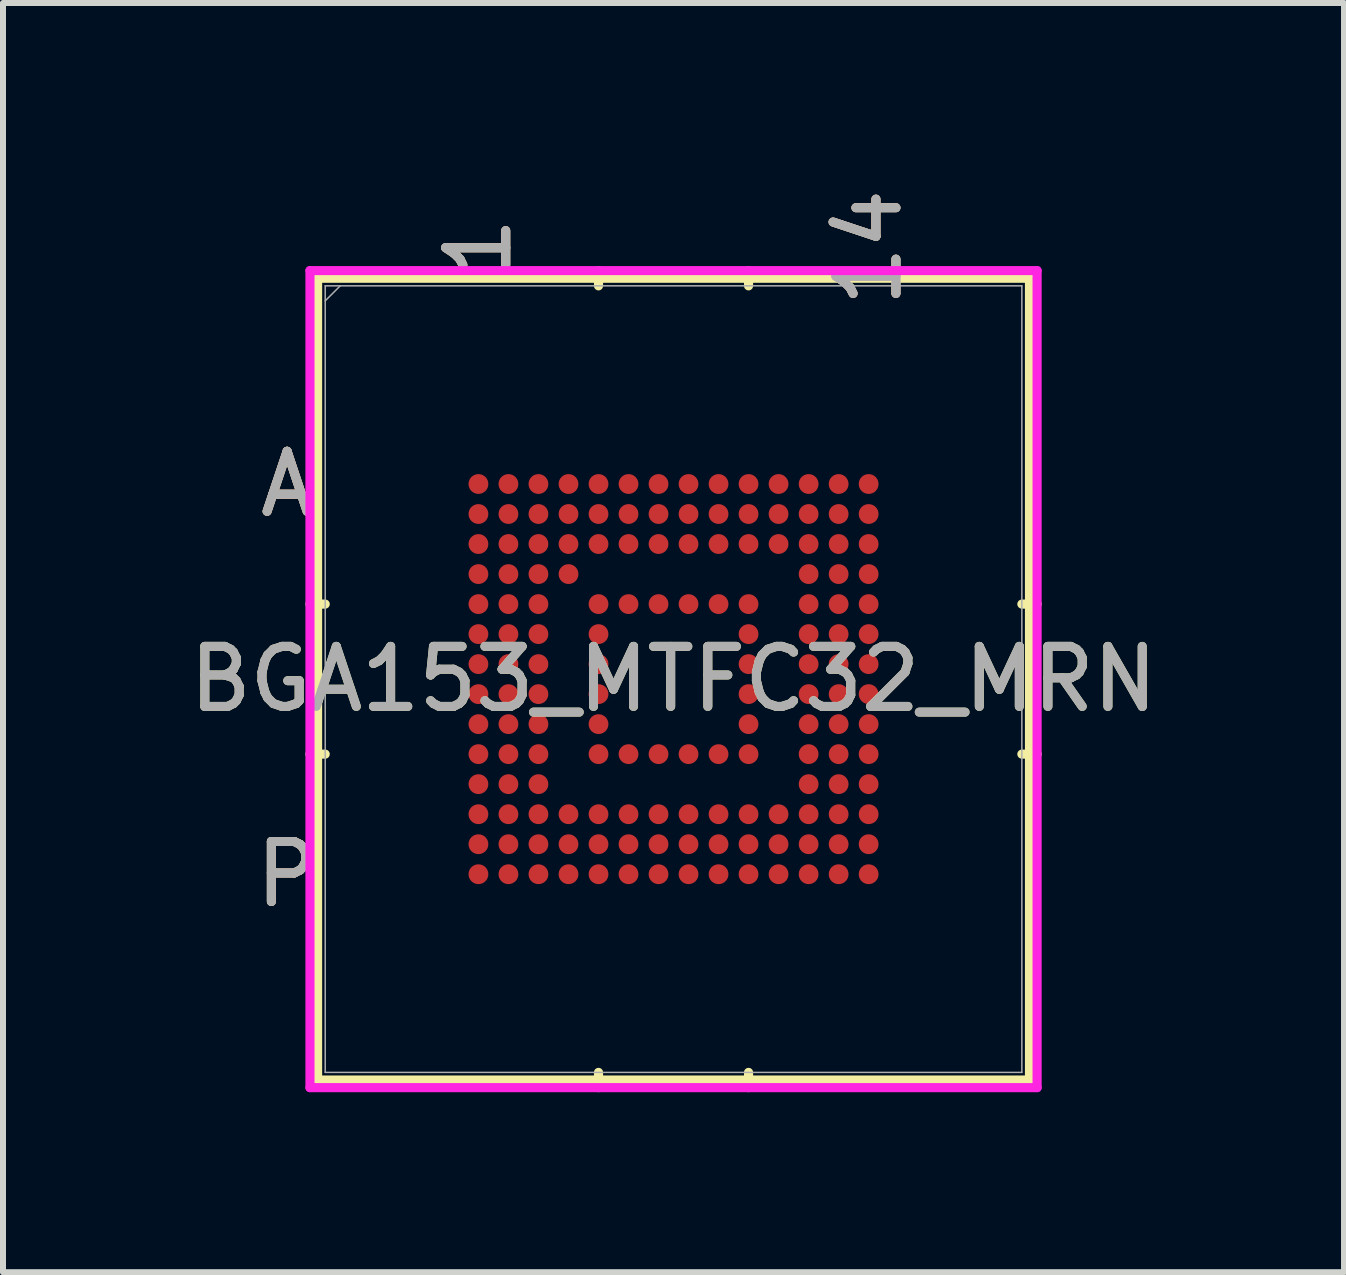
<source format=kicad_pcb>
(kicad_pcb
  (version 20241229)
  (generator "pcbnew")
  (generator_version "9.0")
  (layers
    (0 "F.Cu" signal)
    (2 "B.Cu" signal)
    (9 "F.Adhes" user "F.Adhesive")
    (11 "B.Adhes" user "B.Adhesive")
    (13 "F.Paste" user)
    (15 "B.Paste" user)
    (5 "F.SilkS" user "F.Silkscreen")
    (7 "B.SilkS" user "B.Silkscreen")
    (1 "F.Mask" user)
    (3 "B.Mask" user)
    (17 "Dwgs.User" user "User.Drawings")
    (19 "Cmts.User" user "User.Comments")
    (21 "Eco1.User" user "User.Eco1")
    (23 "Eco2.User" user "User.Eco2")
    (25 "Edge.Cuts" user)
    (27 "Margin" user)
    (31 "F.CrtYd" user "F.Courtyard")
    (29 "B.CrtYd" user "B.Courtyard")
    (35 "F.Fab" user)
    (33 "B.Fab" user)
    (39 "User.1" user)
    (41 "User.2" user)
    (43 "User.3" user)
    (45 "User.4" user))
  (footprint "BGA153_MTFC32_MRN"
    (layer "F.Cu")
    (at 8.173 8.266)
    (property "Reference" "BGA153_MTFC32_MRN" (at 0 0 0) (unlocked yes) (layer "F.SilkS") (effects (font (size 1 1) (thickness 0.15))))
    (attr smd)
    (fp_line (start -5.931 -6.68) (end -5.931 6.68) (stroke (width 0.152) (type solid)) (layer "F.SilkS"))
    (fp_line (start -5.931 6.68) (end 5.931 6.68) (stroke (width 0.152) (type solid)) (layer "F.SilkS"))
    (fp_line (start -5.804 -1.25) (end -6.058 -1.25) (stroke (width 0.152) (type solid)) (layer "F.SilkS"))
    (fp_line (start -5.804 1.25) (end -6.058 1.25) (stroke (width 0.152) (type solid)) (layer "F.SilkS"))
    (fp_line (start -1.25 -6.553) (end -1.25 -6.807) (stroke (width 0.152) (type solid)) (layer "F.SilkS"))
    (fp_line (start -1.25 6.553) (end -1.25 6.807) (stroke (width 0.152) (type solid)) (layer "F.SilkS"))
    (fp_line (start 1.25 -6.553) (end 1.25 -6.807) (stroke (width 0.152) (type solid)) (layer "F.SilkS"))
    (fp_line (start 1.25 6.553) (end 1.25 6.807) (stroke (width 0.152) (type solid)) (layer "F.SilkS"))
    (fp_line (start 5.804 -1.25) (end 6.058 -1.25) (stroke (width 0.152) (type solid)) (layer "F.SilkS"))
    (fp_line (start 5.804 1.25) (end 6.058 1.25) (stroke (width 0.152) (type solid)) (layer "F.SilkS"))
    (fp_line (start 5.931 -6.68) (end -5.931 -6.68) (stroke (width 0.152) (type solid)) (layer "F.SilkS"))
    (fp_line (start 5.931 6.68) (end 5.931 -6.68) (stroke (width 0.152) (type solid)) (layer "F.SilkS"))
    (fp_poly (pts (xy -3.945 -3.945) (xy 3.945 -3.945) (xy 3.945 3.945) (xy -3.945 3.945)) (stroke (width 0.1) (type solid)) (fill no) (layer "Eco2.User"))
    (fp_line (start -6.058 -6.807) (end 6.058 -6.807) (stroke (width 0.152) (type solid)) (layer "F.CrtYd"))
    (fp_line (start -6.058 6.807) (end -6.058 -6.807) (stroke (width 0.152) (type solid)) (layer "F.CrtYd"))
    (fp_line (start 6.058 -6.807) (end 6.058 6.807) (stroke (width 0.152) (type solid)) (layer "F.CrtYd"))
    (fp_line (start 6.058 6.807) (end -6.058 6.807) (stroke (width 0.152) (type solid)) (layer "F.CrtYd"))
    (fp_line (start -5.804 -6.553) (end -5.804 6.553) (stroke (width 0.025) (type solid)) (layer "F.Fab"))
    (fp_line (start -5.804 6.553) (end 5.804 6.553) (stroke (width 0.025) (type solid)) (layer "F.Fab"))
    (fp_line (start -5.554 -6.553) (end -5.804 -6.303) (stroke (width 0.025) (type solid)) (layer "F.Fab"))
    (fp_line (start 5.804 -6.553) (end -5.804 -6.553) (stroke (width 0.025) (type solid)) (layer "F.Fab"))
    (fp_line (start 5.804 6.553) (end 5.804 -6.553) (stroke (width 0.025) (type solid)) (layer "F.Fab"))
    (fp_text user "P" (at -6.439 3.251 0) (unlocked yes) (layer "F.SilkS") (effects (font (size 1 1) (thickness 0.15))))
    (fp_text user "1" (at -3.251 -7.188 90) (unlocked yes) (layer "F.SilkS") (effects (font (size 1 1) (thickness 0.15))))
    (fp_text user "A" (at -6.439 -3.251 0) (unlocked yes) (layer "F.SilkS") (effects (font (size 1 1) (thickness 0.15))))
    (fp_text user "14" (at 3.251 -7.188 90) (unlocked yes) (layer "F.SilkS") (effects (font (size 1 1) (thickness 0.15))))
    (fp_text user "1" (at -3.251 -7.188 90) (unlocked yes) (layer "B.SilkS") (effects (font (size 1 1) (thickness 0.15))))
    (fp_text user "P" (at -6.439 3.251 0) (unlocked yes) (layer "B.SilkS") (effects (font (size 1 1) (thickness 0.15))))
    (fp_text user "14" (at 3.251 -7.188 90) (unlocked yes) (layer "B.SilkS") (effects (font (size 1 1) (thickness 0.15))))
    (fp_text user "A" (at -6.439 -3.251 0) (unlocked yes) (layer "B.SilkS") (effects (font (size 1 1) (thickness 0.15))))
    (fp_text user "${REFERENCE}" (at 0 0 0) (unlocked yes) (layer "F.Fab") (effects (font (size 1 1) (thickness 0.15))))
    (fp_text user "14" (at 3.251 -7.188 90) (unlocked yes) (layer "F.Fab") (effects (font (size 1 1) (thickness 0.15))))
    (fp_text user "A" (at -6.439 -3.251 0) (unlocked yes) (layer "F.Fab") (effects (font (size 1 1) (thickness 0.15))))
    (fp_text user "P" (at -6.439 3.251 0) (unlocked yes) (layer "F.Fab") (effects (font (size 1 1) (thickness 0.15))))
    (fp_text user "1" (at -3.251 -7.188 90) (unlocked yes) (layer "F.Fab") (effects (font (size 1 1) (thickness 0.15))))
    (pad "A1" smd circle (at -3.251 -3.251) (size 0.33 0.33) (layers "F.Cu" "F.Mask" "F.Paste"))
    (pad "A2" smd circle (at -2.751 -3.251) (size 0.33 0.33) (layers "F.Cu" "F.Mask" "F.Paste"))
    (pad "A3" smd circle (at -2.251 -3.251) (size 0.33 0.33) (layers "F.Cu" "F.Mask" "F.Paste"))
    (pad "A4" smd circle (at -1.75 -3.251) (size 0.33 0.33) (layers "F.Cu" "F.Mask" "F.Paste"))
    (pad "A5" smd circle (at -1.25 -3.251) (size 0.33 0.33) (layers "F.Cu" "F.Mask" "F.Paste"))
    (pad "A6" smd circle (at -0.75 -3.251) (size 0.33 0.33) (layers "F.Cu" "F.Mask" "F.Paste"))
    (pad "A7" smd circle (at -0.25 -3.251) (size 0.33 0.33) (layers "F.Cu" "F.Mask" "F.Paste"))
    (pad "A8" smd circle (at 0.25 -3.251) (size 0.33 0.33) (layers "F.Cu" "F.Mask" "F.Paste"))
    (pad "A9" smd circle (at 0.75 -3.251) (size 0.33 0.33) (layers "F.Cu" "F.Mask" "F.Paste"))
    (pad "A10" smd circle (at 1.25 -3.251) (size 0.33 0.33) (layers "F.Cu" "F.Mask" "F.Paste"))
    (pad "A11" smd circle (at 1.75 -3.251) (size 0.33 0.33) (layers "F.Cu" "F.Mask" "F.Paste"))
    (pad "A12" smd circle (at 2.251 -3.251) (size 0.33 0.33) (layers "F.Cu" "F.Mask" "F.Paste"))
    (pad "A13" smd circle (at 2.751 -3.251) (size 0.33 0.33) (layers "F.Cu" "F.Mask" "F.Paste"))
    (pad "A14" smd circle (at 3.251 -3.251) (size 0.33 0.33) (layers "F.Cu" "F.Mask" "F.Paste"))
    (pad "B1" smd circle (at -3.251 -2.751) (size 0.33 0.33) (layers "F.Cu" "F.Mask" "F.Paste"))
    (pad "B2" smd circle (at -2.751 -2.751) (size 0.33 0.33) (layers "F.Cu" "F.Mask" "F.Paste"))
    (pad "B3" smd circle (at -2.251 -2.751) (size 0.33 0.33) (layers "F.Cu" "F.Mask" "F.Paste"))
    (pad "B4" smd circle (at -1.75 -2.751) (size 0.33 0.33) (layers "F.Cu" "F.Mask" "F.Paste"))
    (pad "B5" smd circle (at -1.25 -2.751) (size 0.33 0.33) (layers "F.Cu" "F.Mask" "F.Paste"))
    (pad "B6" smd circle (at -0.75 -2.751) (size 0.33 0.33) (layers "F.Cu" "F.Mask" "F.Paste"))
    (pad "B7" smd circle (at -0.25 -2.751) (size 0.33 0.33) (layers "F.Cu" "F.Mask" "F.Paste"))
    (pad "B8" smd circle (at 0.25 -2.751) (size 0.33 0.33) (layers "F.Cu" "F.Mask" "F.Paste"))
    (pad "B9" smd circle (at 0.75 -2.751) (size 0.33 0.33) (layers "F.Cu" "F.Mask" "F.Paste"))
    (pad "B10" smd circle (at 1.25 -2.751) (size 0.33 0.33) (layers "F.Cu" "F.Mask" "F.Paste"))
    (pad "B11" smd circle (at 1.75 -2.751) (size 0.33 0.33) (layers "F.Cu" "F.Mask" "F.Paste"))
    (pad "B12" smd circle (at 2.251 -2.751) (size 0.33 0.33) (layers "F.Cu" "F.Mask" "F.Paste"))
    (pad "B13" smd circle (at 2.751 -2.751) (size 0.33 0.33) (layers "F.Cu" "F.Mask" "F.Paste"))
    (pad "B14" smd circle (at 3.251 -2.751) (size 0.33 0.33) (layers "F.Cu" "F.Mask" "F.Paste"))
    (pad "C1" smd circle (at -3.251 -2.251) (size 0.33 0.33) (layers "F.Cu" "F.Mask" "F.Paste"))
    (pad "C2" smd circle (at -2.751 -2.251) (size 0.33 0.33) (layers "F.Cu" "F.Mask" "F.Paste"))
    (pad "C3" smd circle (at -2.251 -2.251) (size 0.33 0.33) (layers "F.Cu" "F.Mask" "F.Paste"))
    (pad "C4" smd circle (at -1.75 -2.251) (size 0.33 0.33) (layers "F.Cu" "F.Mask" "F.Paste"))
    (pad "C5" smd circle (at -1.25 -2.251) (size 0.33 0.33) (layers "F.Cu" "F.Mask" "F.Paste"))
    (pad "C6" smd circle (at -0.75 -2.251) (size 0.33 0.33) (layers "F.Cu" "F.Mask" "F.Paste"))
    (pad "C7" smd circle (at -0.25 -2.251) (size 0.33 0.33) (layers "F.Cu" "F.Mask" "F.Paste"))
    (pad "C8" smd circle (at 0.25 -2.251) (size 0.33 0.33) (layers "F.Cu" "F.Mask" "F.Paste"))
    (pad "C9" smd circle (at 0.75 -2.251) (size 0.33 0.33) (layers "F.Cu" "F.Mask" "F.Paste"))
    (pad "C10" smd circle (at 1.25 -2.251) (size 0.33 0.33) (layers "F.Cu" "F.Mask" "F.Paste"))
    (pad "C11" smd circle (at 1.75 -2.251) (size 0.33 0.33) (layers "F.Cu" "F.Mask" "F.Paste"))
    (pad "C12" smd circle (at 2.251 -2.251) (size 0.33 0.33) (layers "F.Cu" "F.Mask" "F.Paste"))
    (pad "C13" smd circle (at 2.751 -2.251) (size 0.33 0.33) (layers "F.Cu" "F.Mask" "F.Paste"))
    (pad "C14" smd circle (at 3.251 -2.251) (size 0.33 0.33) (layers "F.Cu" "F.Mask" "F.Paste"))
    (pad "D1" smd circle (at -3.251 -1.75) (size 0.33 0.33) (layers "F.Cu" "F.Mask" "F.Paste"))
    (pad "D2" smd circle (at -2.751 -1.75) (size 0.33 0.33) (layers "F.Cu" "F.Mask" "F.Paste"))
    (pad "D3" smd circle (at -2.251 -1.75) (size 0.33 0.33) (layers "F.Cu" "F.Mask" "F.Paste"))
    (pad "D4" smd circle (at -1.75 -1.75) (size 0.33 0.33) (layers "F.Cu" "F.Mask" "F.Paste"))
    (pad "D12" smd circle (at 2.251 -1.75) (size 0.33 0.33) (layers "F.Cu" "F.Mask" "F.Paste"))
    (pad "D13" smd circle (at 2.751 -1.75) (size 0.33 0.33) (layers "F.Cu" "F.Mask" "F.Paste"))
    (pad "D14" smd circle (at 3.251 -1.75) (size 0.33 0.33) (layers "F.Cu" "F.Mask" "F.Paste"))
    (pad "E1" smd circle (at -3.251 -1.25) (size 0.33 0.33) (layers "F.Cu" "F.Mask" "F.Paste"))
    (pad "E2" smd circle (at -2.751 -1.25) (size 0.33 0.33) (layers "F.Cu" "F.Mask" "F.Paste"))
    (pad "E3" smd circle (at -2.251 -1.25) (size 0.33 0.33) (layers "F.Cu" "F.Mask" "F.Paste"))
    (pad "E5" smd circle (at -1.25 -1.25) (size 0.33 0.33) (layers "F.Cu" "F.Mask" "F.Paste"))
    (pad "E6" smd circle (at -0.75 -1.25) (size 0.33 0.33) (layers "F.Cu" "F.Mask" "F.Paste"))
    (pad "E7" smd circle (at -0.25 -1.25) (size 0.33 0.33) (layers "F.Cu" "F.Mask" "F.Paste"))
    (pad "E8" smd circle (at 0.25 -1.25) (size 0.33 0.33) (layers "F.Cu" "F.Mask" "F.Paste"))
    (pad "E9" smd circle (at 0.75 -1.25) (size 0.33 0.33) (layers "F.Cu" "F.Mask" "F.Paste"))
    (pad "E10" smd circle (at 1.25 -1.25) (size 0.33 0.33) (layers "F.Cu" "F.Mask" "F.Paste"))
    (pad "E12" smd circle (at 2.251 -1.25) (size 0.33 0.33) (layers "F.Cu" "F.Mask" "F.Paste"))
    (pad "E13" smd circle (at 2.751 -1.25) (size 0.33 0.33) (layers "F.Cu" "F.Mask" "F.Paste"))
    (pad "E14" smd circle (at 3.251 -1.25) (size 0.33 0.33) (layers "F.Cu" "F.Mask" "F.Paste"))
    (pad "F1" smd circle (at -3.251 -0.75) (size 0.33 0.33) (layers "F.Cu" "F.Mask" "F.Paste"))
    (pad "F2" smd circle (at -2.751 -0.75) (size 0.33 0.33) (layers "F.Cu" "F.Mask" "F.Paste"))
    (pad "F3" smd circle (at -2.251 -0.75) (size 0.33 0.33) (layers "F.Cu" "F.Mask" "F.Paste"))
    (pad "F5" smd circle (at -1.25 -0.75) (size 0.33 0.33) (layers "F.Cu" "F.Mask" "F.Paste"))
    (pad "F10" smd circle (at 1.25 -0.75) (size 0.33 0.33) (layers "F.Cu" "F.Mask" "F.Paste"))
    (pad "F12" smd circle (at 2.251 -0.75) (size 0.33 0.33) (layers "F.Cu" "F.Mask" "F.Paste"))
    (pad "F13" smd circle (at 2.751 -0.75) (size 0.33 0.33) (layers "F.Cu" "F.Mask" "F.Paste"))
    (pad "F14" smd circle (at 3.251 -0.75) (size 0.33 0.33) (layers "F.Cu" "F.Mask" "F.Paste"))
    (pad "G1" smd circle (at -3.251 -0.25) (size 0.33 0.33) (layers "F.Cu" "F.Mask" "F.Paste"))
    (pad "G2" smd circle (at -2.751 -0.25) (size 0.33 0.33) (layers "F.Cu" "F.Mask" "F.Paste"))
    (pad "G3" smd circle (at -2.251 -0.25) (size 0.33 0.33) (layers "F.Cu" "F.Mask" "F.Paste"))
    (pad "G5" smd circle (at -1.25 -0.25) (size 0.33 0.33) (layers "F.Cu" "F.Mask" "F.Paste"))
    (pad "G10" smd circle (at 1.25 -0.25) (size 0.33 0.33) (layers "F.Cu" "F.Mask" "F.Paste"))
    (pad "G12" smd circle (at 2.251 -0.25) (size 0.33 0.33) (layers "F.Cu" "F.Mask" "F.Paste"))
    (pad "G13" smd circle (at 2.751 -0.25) (size 0.33 0.33) (layers "F.Cu" "F.Mask" "F.Paste"))
    (pad "G14" smd circle (at 3.251 -0.25) (size 0.33 0.33) (layers "F.Cu" "F.Mask" "F.Paste"))
    (pad "H1" smd circle (at -3.251 0.25) (size 0.33 0.33) (layers "F.Cu" "F.Mask" "F.Paste"))
    (pad "H2" smd circle (at -2.751 0.25) (size 0.33 0.33) (layers "F.Cu" "F.Mask" "F.Paste"))
    (pad "H3" smd circle (at -2.251 0.25) (size 0.33 0.33) (layers "F.Cu" "F.Mask" "F.Paste"))
    (pad "H5" smd circle (at -1.25 0.25) (size 0.33 0.33) (layers "F.Cu" "F.Mask" "F.Paste"))
    (pad "H10" smd circle (at 1.25 0.25) (size 0.33 0.33) (layers "F.Cu" "F.Mask" "F.Paste"))
    (pad "H12" smd circle (at 2.251 0.25) (size 0.33 0.33) (layers "F.Cu" "F.Mask" "F.Paste"))
    (pad "H13" smd circle (at 2.751 0.25) (size 0.33 0.33) (layers "F.Cu" "F.Mask" "F.Paste"))
    (pad "H14" smd circle (at 3.251 0.25) (size 0.33 0.33) (layers "F.Cu" "F.Mask" "F.Paste"))
    (pad "J1" smd circle (at -3.251 0.75) (size 0.33 0.33) (layers "F.Cu" "F.Mask" "F.Paste"))
    (pad "J2" smd circle (at -2.751 0.75) (size 0.33 0.33) (layers "F.Cu" "F.Mask" "F.Paste"))
    (pad "J3" smd circle (at -2.251 0.75) (size 0.33 0.33) (layers "F.Cu" "F.Mask" "F.Paste"))
    (pad "J5" smd circle (at -1.25 0.75) (size 0.33 0.33) (layers "F.Cu" "F.Mask" "F.Paste"))
    (pad "J10" smd circle (at 1.25 0.75) (size 0.33 0.33) (layers "F.Cu" "F.Mask" "F.Paste"))
    (pad "J12" smd circle (at 2.251 0.75) (size 0.33 0.33) (layers "F.Cu" "F.Mask" "F.Paste"))
    (pad "J13" smd circle (at 2.751 0.75) (size 0.33 0.33) (layers "F.Cu" "F.Mask" "F.Paste"))
    (pad "J14" smd circle (at 3.251 0.75) (size 0.33 0.33) (layers "F.Cu" "F.Mask" "F.Paste"))
    (pad "K1" smd circle (at -3.251 1.25) (size 0.33 0.33) (layers "F.Cu" "F.Mask" "F.Paste"))
    (pad "K2" smd circle (at -2.751 1.25) (size 0.33 0.33) (layers "F.Cu" "F.Mask" "F.Paste"))
    (pad "K3" smd circle (at -2.251 1.25) (size 0.33 0.33) (layers "F.Cu" "F.Mask" "F.Paste"))
    (pad "K5" smd circle (at -1.25 1.25) (size 0.33 0.33) (layers "F.Cu" "F.Mask" "F.Paste"))
    (pad "K6" smd circle (at -0.75 1.25) (size 0.33 0.33) (layers "F.Cu" "F.Mask" "F.Paste"))
    (pad "K7" smd circle (at -0.25 1.25) (size 0.33 0.33) (layers "F.Cu" "F.Mask" "F.Paste"))
    (pad "K8" smd circle (at 0.25 1.25) (size 0.33 0.33) (layers "F.Cu" "F.Mask" "F.Paste"))
    (pad "K9" smd circle (at 0.75 1.25) (size 0.33 0.33) (layers "F.Cu" "F.Mask" "F.Paste"))
    (pad "K10" smd circle (at 1.25 1.25) (size 0.33 0.33) (layers "F.Cu" "F.Mask" "F.Paste"))
    (pad "K12" smd circle (at 2.251 1.25) (size 0.33 0.33) (layers "F.Cu" "F.Mask" "F.Paste"))
    (pad "K13" smd circle (at 2.751 1.25) (size 0.33 0.33) (layers "F.Cu" "F.Mask" "F.Paste"))
    (pad "K14" smd circle (at 3.251 1.25) (size 0.33 0.33) (layers "F.Cu" "F.Mask" "F.Paste"))
    (pad "L1" smd circle (at -3.251 1.75) (size 0.33 0.33) (layers "F.Cu" "F.Mask" "F.Paste"))
    (pad "L2" smd circle (at -2.751 1.75) (size 0.33 0.33) (layers "F.Cu" "F.Mask" "F.Paste"))
    (pad "L3" smd circle (at -2.251 1.75) (size 0.33 0.33) (layers "F.Cu" "F.Mask" "F.Paste"))
    (pad "L12" smd circle (at 2.251 1.75) (size 0.33 0.33) (layers "F.Cu" "F.Mask" "F.Paste"))
    (pad "L13" smd circle (at 2.751 1.75) (size 0.33 0.33) (layers "F.Cu" "F.Mask" "F.Paste"))
    (pad "L14" smd circle (at 3.251 1.75) (size 0.33 0.33) (layers "F.Cu" "F.Mask" "F.Paste"))
    (pad "M1" smd circle (at -3.251 2.251) (size 0.33 0.33) (layers "F.Cu" "F.Mask" "F.Paste"))
    (pad "M2" smd circle (at -2.751 2.251) (size 0.33 0.33) (layers "F.Cu" "F.Mask" "F.Paste"))
    (pad "M3" smd circle (at -2.251 2.251) (size 0.33 0.33) (layers "F.Cu" "F.Mask" "F.Paste"))
    (pad "M4" smd circle (at -1.75 2.251) (size 0.33 0.33) (layers "F.Cu" "F.Mask" "F.Paste"))
    (pad "M5" smd circle (at -1.25 2.251) (size 0.33 0.33) (layers "F.Cu" "F.Mask" "F.Paste"))
    (pad "M6" smd circle (at -0.75 2.251) (size 0.33 0.33) (layers "F.Cu" "F.Mask" "F.Paste"))
    (pad "M7" smd circle (at -0.25 2.251) (size 0.33 0.33) (layers "F.Cu" "F.Mask" "F.Paste"))
    (pad "M8" smd circle (at 0.25 2.251) (size 0.33 0.33) (layers "F.Cu" "F.Mask" "F.Paste"))
    (pad "M9" smd circle (at 0.75 2.251) (size 0.33 0.33) (layers "F.Cu" "F.Mask" "F.Paste"))
    (pad "M10" smd circle (at 1.25 2.251) (size 0.33 0.33) (layers "F.Cu" "F.Mask" "F.Paste"))
    (pad "M11" smd circle (at 1.75 2.251) (size 0.33 0.33) (layers "F.Cu" "F.Mask" "F.Paste"))
    (pad "M12" smd circle (at 2.251 2.251) (size 0.33 0.33) (layers "F.Cu" "F.Mask" "F.Paste"))
    (pad "M13" smd circle (at 2.751 2.251) (size 0.33 0.33) (layers "F.Cu" "F.Mask" "F.Paste"))
    (pad "M14" smd circle (at 3.251 2.251) (size 0.33 0.33) (layers "F.Cu" "F.Mask" "F.Paste"))
    (pad "N1" smd circle (at -3.251 2.751) (size 0.33 0.33) (layers "F.Cu" "F.Mask" "F.Paste"))
    (pad "N2" smd circle (at -2.751 2.751) (size 0.33 0.33) (layers "F.Cu" "F.Mask" "F.Paste"))
    (pad "N3" smd circle (at -2.251 2.751) (size 0.33 0.33) (layers "F.Cu" "F.Mask" "F.Paste"))
    (pad "N4" smd circle (at -1.75 2.751) (size 0.33 0.33) (layers "F.Cu" "F.Mask" "F.Paste"))
    (pad "N5" smd circle (at -1.25 2.751) (size 0.33 0.33) (layers "F.Cu" "F.Mask" "F.Paste"))
    (pad "N6" smd circle (at -0.75 2.751) (size 0.33 0.33) (layers "F.Cu" "F.Mask" "F.Paste"))
    (pad "N7" smd circle (at -0.25 2.751) (size 0.33 0.33) (layers "F.Cu" "F.Mask" "F.Paste"))
    (pad "N8" smd circle (at 0.25 2.751) (size 0.33 0.33) (layers "F.Cu" "F.Mask" "F.Paste"))
    (pad "N9" smd circle (at 0.75 2.751) (size 0.33 0.33) (layers "F.Cu" "F.Mask" "F.Paste"))
    (pad "N10" smd circle (at 1.25 2.751) (size 0.33 0.33) (layers "F.Cu" "F.Mask" "F.Paste"))
    (pad "N11" smd circle (at 1.75 2.751) (size 0.33 0.33) (layers "F.Cu" "F.Mask" "F.Paste"))
    (pad "N12" smd circle (at 2.251 2.751) (size 0.33 0.33) (layers "F.Cu" "F.Mask" "F.Paste"))
    (pad "N13" smd circle (at 2.751 2.751) (size 0.33 0.33) (layers "F.Cu" "F.Mask" "F.Paste"))
    (pad "N14" smd circle (at 3.251 2.751) (size 0.33 0.33) (layers "F.Cu" "F.Mask" "F.Paste"))
    (pad "P1" smd circle (at -3.251 3.251) (size 0.33 0.33) (layers "F.Cu" "F.Mask" "F.Paste"))
    (pad "P2" smd circle (at -2.751 3.251) (size 0.33 0.33) (layers "F.Cu" "F.Mask" "F.Paste"))
    (pad "P3" smd circle (at -2.251 3.251) (size 0.33 0.33) (layers "F.Cu" "F.Mask" "F.Paste"))
    (pad "P4" smd circle (at -1.75 3.251) (size 0.33 0.33) (layers "F.Cu" "F.Mask" "F.Paste"))
    (pad "P5" smd circle (at -1.25 3.251) (size 0.33 0.33) (layers "F.Cu" "F.Mask" "F.Paste"))
    (pad "P6" smd circle (at -0.75 3.251) (size 0.33 0.33) (layers "F.Cu" "F.Mask" "F.Paste"))
    (pad "P7" smd circle (at -0.25 3.251) (size 0.33 0.33) (layers "F.Cu" "F.Mask" "F.Paste"))
    (pad "P8" smd circle (at 0.25 3.251) (size 0.33 0.33) (layers "F.Cu" "F.Mask" "F.Paste"))
    (pad "P9" smd circle (at 0.75 3.251) (size 0.33 0.33) (layers "F.Cu" "F.Mask" "F.Paste"))
    (pad "P10" smd circle (at 1.25 3.251) (size 0.33 0.33) (layers "F.Cu" "F.Mask" "F.Paste"))
    (pad "P11" smd circle (at 1.75 3.251) (size 0.33 0.33) (layers "F.Cu" "F.Mask" "F.Paste"))
    (pad "P12" smd circle (at 2.251 3.251) (size 0.33 0.33) (layers "F.Cu" "F.Mask" "F.Paste"))
    (pad "P13" smd circle (at 2.751 3.251) (size 0.33 0.33) (layers "F.Cu" "F.Mask" "F.Paste"))
    (pad "P14" smd circle (at 3.251 3.251) (size 0.33 0.33) (layers "F.Cu" "F.Mask" "F.Paste")))
  (gr_rect
    (start -3 -3)
    (end 19.345 18.149)
    (stroke (width 0.1) (type default))
    (fill no)
    (layer "Edge.Cuts")))
</source>
